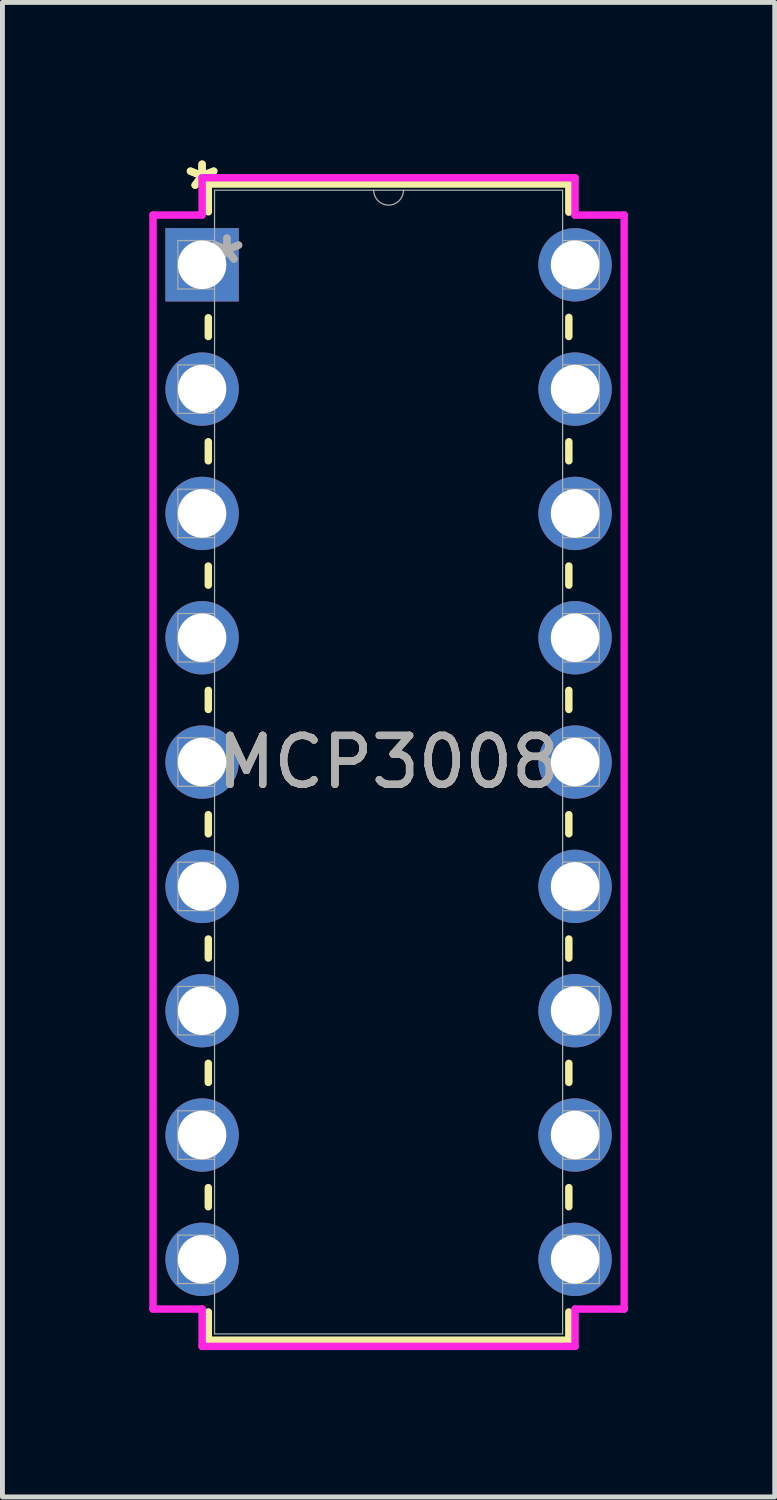
<source format=kicad_pcb>
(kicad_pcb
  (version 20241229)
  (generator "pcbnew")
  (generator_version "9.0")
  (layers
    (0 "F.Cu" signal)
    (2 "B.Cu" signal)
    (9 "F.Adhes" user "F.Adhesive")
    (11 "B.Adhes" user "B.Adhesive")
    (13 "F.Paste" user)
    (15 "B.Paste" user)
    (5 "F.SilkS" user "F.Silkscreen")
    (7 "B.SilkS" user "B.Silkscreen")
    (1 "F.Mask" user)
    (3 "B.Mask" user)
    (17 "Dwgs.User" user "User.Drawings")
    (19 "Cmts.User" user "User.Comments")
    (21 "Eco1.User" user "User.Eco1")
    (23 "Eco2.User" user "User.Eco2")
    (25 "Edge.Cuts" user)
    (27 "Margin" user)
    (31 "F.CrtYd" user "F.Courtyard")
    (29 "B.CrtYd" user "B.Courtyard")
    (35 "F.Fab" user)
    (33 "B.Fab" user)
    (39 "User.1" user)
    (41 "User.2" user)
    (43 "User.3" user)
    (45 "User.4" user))
  (footprint "MCP3008"
    (layer "F.Cu")
    (at 1.079 2.36)
    (property "Reference" "MCP3008" (at 3.81 10.16 0) (unlocked yes) (layer "F.SilkS") (effects (font (size 1 1) (thickness 0.15))))
    (attr through_hole)
    (fp_line (start 0.127 -1.651) (end 0.127 -1.082) (stroke (width 0.152) (type solid)) (layer "F.SilkS"))
    (fp_line (start 0.127 1.082) (end 0.127 1.465) (stroke (width 0.152) (type solid)) (layer "F.SilkS"))
    (fp_line (start 0.127 3.615) (end 0.127 4.005) (stroke (width 0.152) (type solid)) (layer "F.SilkS"))
    (fp_line (start 0.127 6.155) (end 0.127 6.545) (stroke (width 0.152) (type solid)) (layer "F.SilkS"))
    (fp_line (start 0.127 8.695) (end 0.127 9.085) (stroke (width 0.152) (type solid)) (layer "F.SilkS"))
    (fp_line (start 0.127 11.235) (end 0.127 11.625) (stroke (width 0.152) (type solid)) (layer "F.SilkS"))
    (fp_line (start 0.127 13.775) (end 0.127 14.165) (stroke (width 0.152) (type solid)) (layer "F.SilkS"))
    (fp_line (start 0.127 16.315) (end 0.127 16.705) (stroke (width 0.152) (type solid)) (layer "F.SilkS"))
    (fp_line (start 0.127 18.855) (end 0.127 19.245) (stroke (width 0.152) (type solid)) (layer "F.SilkS"))
    (fp_line (start 0.127 21.395) (end 0.127 21.971) (stroke (width 0.152) (type solid)) (layer "F.SilkS"))
    (fp_line (start 0.127 21.971) (end 7.493 21.971) (stroke (width 0.152) (type solid)) (layer "F.SilkS"))
    (fp_line (start 7.493 -1.651) (end 0.127 -1.651) (stroke (width 0.152) (type solid)) (layer "F.SilkS"))
    (fp_line (start 7.493 -1.075) (end 7.493 -1.651) (stroke (width 0.152) (type solid)) (layer "F.SilkS"))
    (fp_line (start 7.493 1.465) (end 7.493 1.075) (stroke (width 0.152) (type solid)) (layer "F.SilkS"))
    (fp_line (start 7.493 4.005) (end 7.493 3.615) (stroke (width 0.152) (type solid)) (layer "F.SilkS"))
    (fp_line (start 7.493 6.545) (end 7.493 6.155) (stroke (width 0.152) (type solid)) (layer "F.SilkS"))
    (fp_line (start 7.493 9.085) (end 7.493 8.695) (stroke (width 0.152) (type solid)) (layer "F.SilkS"))
    (fp_line (start 7.493 11.625) (end 7.493 11.235) (stroke (width 0.152) (type solid)) (layer "F.SilkS"))
    (fp_line (start 7.493 14.165) (end 7.493 13.775) (stroke (width 0.152) (type solid)) (layer "F.SilkS"))
    (fp_line (start 7.493 16.705) (end 7.493 16.315) (stroke (width 0.152) (type solid)) (layer "F.SilkS"))
    (fp_line (start 7.493 19.245) (end 7.493 18.855) (stroke (width 0.152) (type solid)) (layer "F.SilkS"))
    (fp_line (start 7.493 21.971) (end 7.493 21.395) (stroke (width 0.152) (type solid)) (layer "F.SilkS"))
    (fp_line (start -1.003 -1.016) (end 0 -1.016) (stroke (width 0.152) (type solid)) (layer "F.CrtYd"))
    (fp_line (start -1.003 21.336) (end -1.003 -1.016) (stroke (width 0.152) (type solid)) (layer "F.CrtYd"))
    (fp_line (start 0 -1.778) (end 7.62 -1.778) (stroke (width 0.152) (type solid)) (layer "F.CrtYd"))
    (fp_line (start 0 -1.016) (end 0 -1.778) (stroke (width 0.152) (type solid)) (layer "F.CrtYd"))
    (fp_line (start 0 21.336) (end -1.003 21.336) (stroke (width 0.152) (type solid)) (layer "F.CrtYd"))
    (fp_line (start 0 22.098) (end 0 21.336) (stroke (width 0.152) (type solid)) (layer "F.CrtYd"))
    (fp_line (start 7.62 -1.778) (end 7.62 -1.016) (stroke (width 0.152) (type solid)) (layer "F.CrtYd"))
    (fp_line (start 7.62 21.336) (end 7.62 22.098) (stroke (width 0.152) (type solid)) (layer "F.CrtYd"))
    (fp_line (start 7.62 22.098) (end 0 22.098) (stroke (width 0.152) (type solid)) (layer "F.CrtYd"))
    (fp_line (start 8.623 -1.016) (end 7.62 -1.016) (stroke (width 0.152) (type solid)) (layer "F.CrtYd"))
    (fp_line (start 8.623 -1.016) (end 8.623 21.336) (stroke (width 0.152) (type solid)) (layer "F.CrtYd"))
    (fp_line (start 8.623 21.336) (end 7.62 21.336) (stroke (width 0.152) (type solid)) (layer "F.CrtYd"))
    (fp_line (start -0.495 -0.495) (end -0.495 0.495) (stroke (width 0.025) (type solid)) (layer "F.Fab"))
    (fp_line (start -0.495 0.495) (end 0.254 0.495) (stroke (width 0.025) (type solid)) (layer "F.Fab"))
    (fp_line (start -0.495 2.045) (end -0.495 3.035) (stroke (width 0.025) (type solid)) (layer "F.Fab"))
    (fp_line (start -0.495 3.035) (end 0.254 3.035) (stroke (width 0.025) (type solid)) (layer "F.Fab"))
    (fp_line (start -0.495 4.585) (end -0.495 5.575) (stroke (width 0.025) (type solid)) (layer "F.Fab"))
    (fp_line (start -0.495 5.575) (end 0.254 5.575) (stroke (width 0.025) (type solid)) (layer "F.Fab"))
    (fp_line (start -0.495 7.125) (end -0.495 8.115) (stroke (width 0.025) (type solid)) (layer "F.Fab"))
    (fp_line (start -0.495 8.115) (end 0.254 8.115) (stroke (width 0.025) (type solid)) (layer "F.Fab"))
    (fp_line (start -0.495 9.665) (end -0.495 10.655) (stroke (width 0.025) (type solid)) (layer "F.Fab"))
    (fp_line (start -0.495 10.655) (end 0.254 10.655) (stroke (width 0.025) (type solid)) (layer "F.Fab"))
    (fp_line (start -0.495 12.205) (end -0.495 13.195) (stroke (width 0.025) (type solid)) (layer "F.Fab"))
    (fp_line (start -0.495 13.195) (end 0.254 13.195) (stroke (width 0.025) (type solid)) (layer "F.Fab"))
    (fp_line (start -0.495 14.745) (end -0.495 15.735) (stroke (width 0.025) (type solid)) (layer "F.Fab"))
    (fp_line (start -0.495 15.735) (end 0.254 15.735) (stroke (width 0.025) (type solid)) (layer "F.Fab"))
    (fp_line (start -0.495 17.285) (end -0.495 18.275) (stroke (width 0.025) (type solid)) (layer "F.Fab"))
    (fp_line (start -0.495 18.275) (end 0.254 18.275) (stroke (width 0.025) (type solid)) (layer "F.Fab"))
    (fp_line (start -0.495 19.825) (end -0.495 20.815) (stroke (width 0.025) (type solid)) (layer "F.Fab"))
    (fp_line (start -0.495 20.815) (end 0.254 20.815) (stroke (width 0.025) (type solid)) (layer "F.Fab"))
    (fp_line (start 0.254 -1.524) (end 0.254 21.844) (stroke (width 0.025) (type solid)) (layer "F.Fab"))
    (fp_line (start 0.254 -0.495) (end -0.495 -0.495) (stroke (width 0.025) (type solid)) (layer "F.Fab"))
    (fp_line (start 0.254 0.495) (end 0.254 -0.495) (stroke (width 0.025) (type solid)) (layer "F.Fab"))
    (fp_line (start 0.254 2.045) (end -0.495 2.045) (stroke (width 0.025) (type solid)) (layer "F.Fab"))
    (fp_line (start 0.254 3.035) (end 0.254 2.045) (stroke (width 0.025) (type solid)) (layer "F.Fab"))
    (fp_line (start 0.254 4.585) (end -0.495 4.585) (stroke (width 0.025) (type solid)) (layer "F.Fab"))
    (fp_line (start 0.254 5.575) (end 0.254 4.585) (stroke (width 0.025) (type solid)) (layer "F.Fab"))
    (fp_line (start 0.254 7.125) (end -0.495 7.125) (stroke (width 0.025) (type solid)) (layer "F.Fab"))
    (fp_line (start 0.254 8.115) (end 0.254 7.125) (stroke (width 0.025) (type solid)) (layer "F.Fab"))
    (fp_line (start 0.254 9.665) (end -0.495 9.665) (stroke (width 0.025) (type solid)) (layer "F.Fab"))
    (fp_line (start 0.254 10.655) (end 0.254 9.665) (stroke (width 0.025) (type solid)) (layer "F.Fab"))
    (fp_line (start 0.254 12.205) (end -0.495 12.205) (stroke (width 0.025) (type solid)) (layer "F.Fab"))
    (fp_line (start 0.254 13.195) (end 0.254 12.205) (stroke (width 0.025) (type solid)) (layer "F.Fab"))
    (fp_line (start 0.254 14.745) (end -0.495 14.745) (stroke (width 0.025) (type solid)) (layer "F.Fab"))
    (fp_line (start 0.254 15.735) (end 0.254 14.745) (stroke (width 0.025) (type solid)) (layer "F.Fab"))
    (fp_line (start 0.254 17.285) (end -0.495 17.285) (stroke (width 0.025) (type solid)) (layer "F.Fab"))
    (fp_line (start 0.254 18.275) (end 0.254 17.285) (stroke (width 0.025) (type solid)) (layer "F.Fab"))
    (fp_line (start 0.254 19.825) (end -0.495 19.825) (stroke (width 0.025) (type solid)) (layer "F.Fab"))
    (fp_line (start 0.254 20.815) (end 0.254 19.825) (stroke (width 0.025) (type solid)) (layer "F.Fab"))
    (fp_line (start 0.254 21.844) (end 7.366 21.844) (stroke (width 0.025) (type solid)) (layer "F.Fab"))
    (fp_line (start 7.366 -1.524) (end 0.254 -1.524) (stroke (width 0.025) (type solid)) (layer "F.Fab"))
    (fp_line (start 7.366 -0.495) (end 7.366 0.495) (stroke (width 0.025) (type solid)) (layer "F.Fab"))
    (fp_line (start 7.366 0.495) (end 8.115 0.495) (stroke (width 0.025) (type solid)) (layer "F.Fab"))
    (fp_line (start 7.366 2.045) (end 7.366 3.035) (stroke (width 0.025) (type solid)) (layer "F.Fab"))
    (fp_line (start 7.366 3.035) (end 8.115 3.035) (stroke (width 0.025) (type solid)) (layer "F.Fab"))
    (fp_line (start 7.366 4.585) (end 7.366 5.575) (stroke (width 0.025) (type solid)) (layer "F.Fab"))
    (fp_line (start 7.366 5.575) (end 8.115 5.575) (stroke (width 0.025) (type solid)) (layer "F.Fab"))
    (fp_line (start 7.366 7.125) (end 7.366 8.115) (stroke (width 0.025) (type solid)) (layer "F.Fab"))
    (fp_line (start 7.366 8.115) (end 8.115 8.115) (stroke (width 0.025) (type solid)) (layer "F.Fab"))
    (fp_line (start 7.366 9.665) (end 7.366 10.655) (stroke (width 0.025) (type solid)) (layer "F.Fab"))
    (fp_line (start 7.366 10.655) (end 8.115 10.655) (stroke (width 0.025) (type solid)) (layer "F.Fab"))
    (fp_line (start 7.366 12.205) (end 7.366 13.195) (stroke (width 0.025) (type solid)) (layer "F.Fab"))
    (fp_line (start 7.366 13.195) (end 8.115 13.195) (stroke (width 0.025) (type solid)) (layer "F.Fab"))
    (fp_line (start 7.366 14.745) (end 7.366 15.735) (stroke (width 0.025) (type solid)) (layer "F.Fab"))
    (fp_line (start 7.366 15.735) (end 8.115 15.735) (stroke (width 0.025) (type solid)) (layer "F.Fab"))
    (fp_line (start 7.366 17.285) (end 7.366 18.275) (stroke (width 0.025) (type solid)) (layer "F.Fab"))
    (fp_line (start 7.366 18.275) (end 8.115 18.275) (stroke (width 0.025) (type solid)) (layer "F.Fab"))
    (fp_line (start 7.366 19.825) (end 7.366 20.815) (stroke (width 0.025) (type solid)) (layer "F.Fab"))
    (fp_line (start 7.366 20.815) (end 8.115 20.815) (stroke (width 0.025) (type solid)) (layer "F.Fab"))
    (fp_line (start 7.366 21.844) (end 7.366 -1.524) (stroke (width 0.025) (type solid)) (layer "F.Fab"))
    (fp_line (start 8.115 -0.495) (end 7.366 -0.495) (stroke (width 0.025) (type solid)) (layer "F.Fab"))
    (fp_line (start 8.115 0.495) (end 8.115 -0.495) (stroke (width 0.025) (type solid)) (layer "F.Fab"))
    (fp_line (start 8.115 2.045) (end 7.366 2.045) (stroke (width 0.025) (type solid)) (layer "F.Fab"))
    (fp_line (start 8.115 3.035) (end 8.115 2.045) (stroke (width 0.025) (type solid)) (layer "F.Fab"))
    (fp_line (start 8.115 4.585) (end 7.366 4.585) (stroke (width 0.025) (type solid)) (layer "F.Fab"))
    (fp_line (start 8.115 5.575) (end 8.115 4.585) (stroke (width 0.025) (type solid)) (layer "F.Fab"))
    (fp_line (start 8.115 7.125) (end 7.366 7.125) (stroke (width 0.025) (type solid)) (layer "F.Fab"))
    (fp_line (start 8.115 8.115) (end 8.115 7.125) (stroke (width 0.025) (type solid)) (layer "F.Fab"))
    (fp_line (start 8.115 9.665) (end 7.366 9.665) (stroke (width 0.025) (type solid)) (layer "F.Fab"))
    (fp_line (start 8.115 10.655) (end 8.115 9.665) (stroke (width 0.025) (type solid)) (layer "F.Fab"))
    (fp_line (start 8.115 12.205) (end 7.366 12.205) (stroke (width 0.025) (type solid)) (layer "F.Fab"))
    (fp_line (start 8.115 13.195) (end 8.115 12.205) (stroke (width 0.025) (type solid)) (layer "F.Fab"))
    (fp_line (start 8.115 14.745) (end 7.366 14.745) (stroke (width 0.025) (type solid)) (layer "F.Fab"))
    (fp_line (start 8.115 15.735) (end 8.115 14.745) (stroke (width 0.025) (type solid)) (layer "F.Fab"))
    (fp_line (start 8.115 17.285) (end 7.366 17.285) (stroke (width 0.025) (type solid)) (layer "F.Fab"))
    (fp_line (start 8.115 18.275) (end 8.115 17.285) (stroke (width 0.025) (type solid)) (layer "F.Fab"))
    (fp_line (start 8.115 19.825) (end 7.366 19.825) (stroke (width 0.025) (type solid)) (layer "F.Fab"))
    (fp_line (start 8.115 20.815) (end 8.115 19.825) (stroke (width 0.025) (type solid)) (layer "F.Fab"))
    (fp_arc (start 4.1148 -1.524) (mid 3.81 -1.2192) (end 3.5052 -1.524) (stroke (width 0.0254) (type solid)) (layer "F.Fab"))
    (fp_text user "*" (at 0 -1.511 0) (unlocked yes) (layer "F.SilkS") (effects (font (size 1 1) (thickness 0.15))))
    (fp_text user "*" (at 0 -1.511 0) (layer "F.SilkS") (effects (font (size 1 1) (thickness 0.15))))
    (fp_text user "${REFERENCE}" (at 3.81 10.16 0) (unlocked yes) (layer "F.Fab") (effects (font (size 1 1) (thickness 0.15))))
    (fp_text user "*" (at 0.508 0 0) (unlocked yes) (layer "F.Fab") (effects (font (size 1 1) (thickness 0.15))))
    (fp_text user "*" (at 0.508 0 0) (layer "F.Fab") (effects (font (size 1 1) (thickness 0.15))))
    (pad "1" thru_hole rect (at 0 0) (size 1.499 1.499) (drill 0.991) (layers "*.Cu" "*.Mask"))
    (pad "2" thru_hole circle (at 0 2.54) (size 1.499 1.499) (drill 0.991) (layers "*.Cu" "*.Mask"))
    (pad "3" thru_hole circle (at 0 5.08) (size 1.499 1.499) (drill 0.991) (layers "*.Cu" "*.Mask"))
    (pad "4" thru_hole circle (at 0 7.62) (size 1.499 1.499) (drill 0.991) (layers "*.Cu" "*.Mask"))
    (pad "5" thru_hole circle (at 0 10.16) (size 1.499 1.499) (drill 0.991) (layers "*.Cu" "*.Mask"))
    (pad "6" thru_hole circle (at 0 12.7) (size 1.499 1.499) (drill 0.991) (layers "*.Cu" "*.Mask"))
    (pad "7" thru_hole circle (at 0 15.24) (size 1.499 1.499) (drill 0.991) (layers "*.Cu" "*.Mask"))
    (pad "8" thru_hole circle (at 0 17.78) (size 1.499 1.499) (drill 0.991) (layers "*.Cu" "*.Mask"))
    (pad "9" thru_hole circle (at 0 20.32) (size 1.499 1.499) (drill 0.991) (layers "*.Cu" "*.Mask"))
    (pad "10" thru_hole circle (at 7.62 20.32) (size 1.499 1.499) (drill 0.991) (layers "*.Cu" "*.Mask"))
    (pad "11" thru_hole circle (at 7.62 17.78) (size 1.499 1.499) (drill 0.991) (layers "*.Cu" "*.Mask"))
    (pad "12" thru_hole circle (at 7.62 15.24) (size 1.499 1.499) (drill 0.991) (layers "*.Cu" "*.Mask"))
    (pad "13" thru_hole circle (at 7.62 12.7) (size 1.499 1.499) (drill 0.991) (layers "*.Cu" "*.Mask"))
    (pad "14" thru_hole circle (at 7.62 10.16) (size 1.499 1.499) (drill 0.991) (layers "*.Cu" "*.Mask"))
    (pad "15" thru_hole circle (at 7.62 7.62) (size 1.499 1.499) (drill 0.991) (layers "*.Cu" "*.Mask"))
    (pad "16" thru_hole circle (at 7.62 5.08) (size 1.499 1.499) (drill 0.991) (layers "*.Cu" "*.Mask"))
    (pad "17" thru_hole circle (at 7.62 2.54) (size 1.499 1.499) (drill 0.991) (layers "*.Cu" "*.Mask"))
    (pad "18" thru_hole circle (at 7.62 0) (size 1.499 1.499) (drill 0.991) (layers "*.Cu" "*.Mask")))
  (gr_rect
    (start -3 -3)
    (end 12.779 27.534)
    (stroke (width 0.1) (type default))
    (fill no)
    (layer "Edge.Cuts")))
</source>
